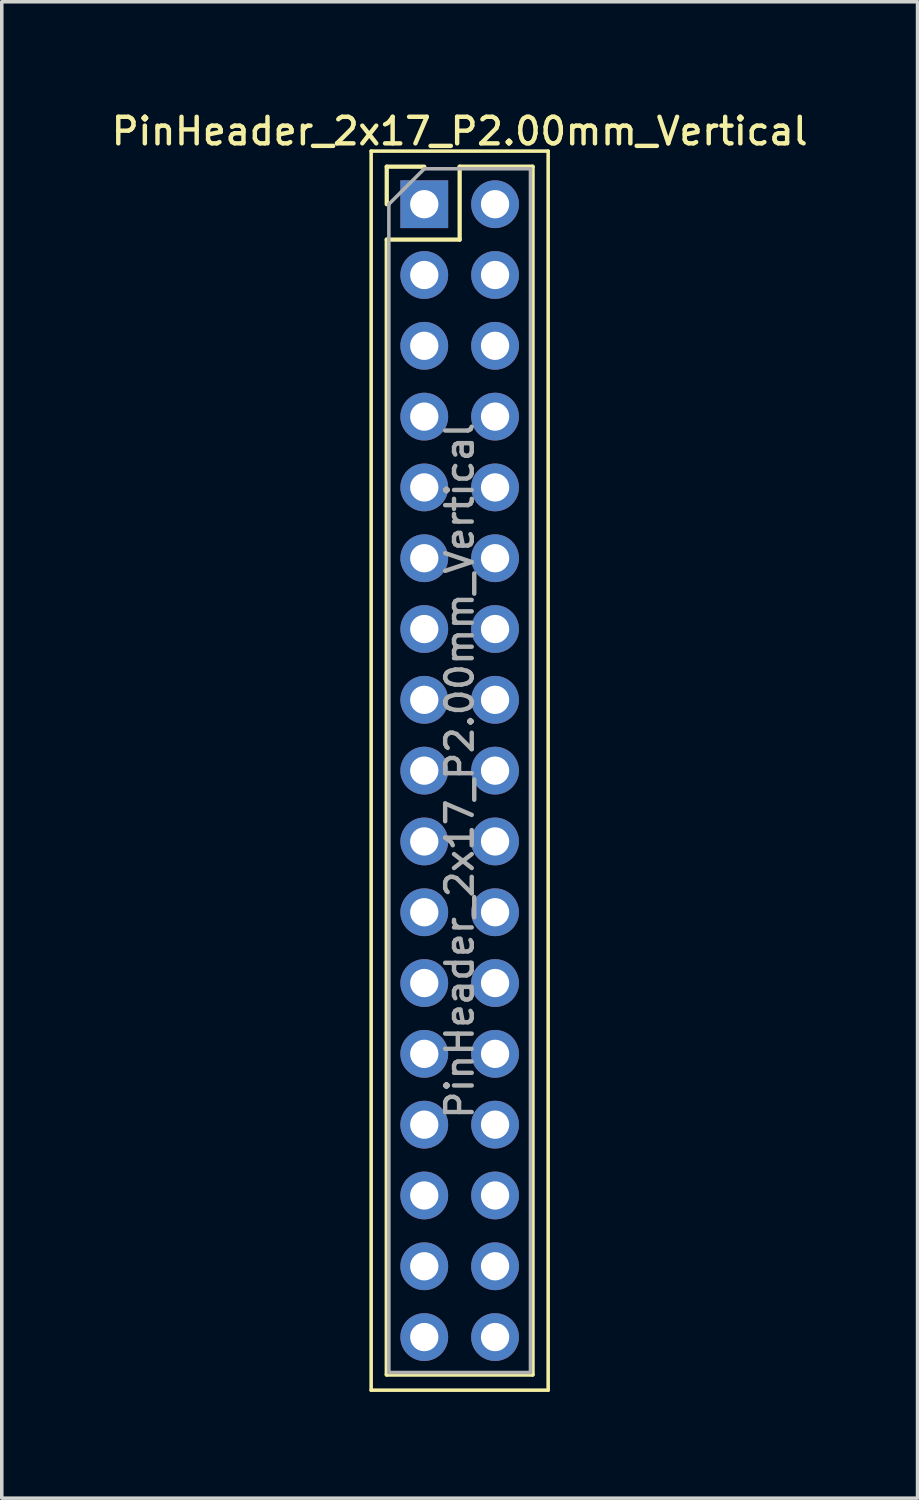
<source format=kicad_pcb>
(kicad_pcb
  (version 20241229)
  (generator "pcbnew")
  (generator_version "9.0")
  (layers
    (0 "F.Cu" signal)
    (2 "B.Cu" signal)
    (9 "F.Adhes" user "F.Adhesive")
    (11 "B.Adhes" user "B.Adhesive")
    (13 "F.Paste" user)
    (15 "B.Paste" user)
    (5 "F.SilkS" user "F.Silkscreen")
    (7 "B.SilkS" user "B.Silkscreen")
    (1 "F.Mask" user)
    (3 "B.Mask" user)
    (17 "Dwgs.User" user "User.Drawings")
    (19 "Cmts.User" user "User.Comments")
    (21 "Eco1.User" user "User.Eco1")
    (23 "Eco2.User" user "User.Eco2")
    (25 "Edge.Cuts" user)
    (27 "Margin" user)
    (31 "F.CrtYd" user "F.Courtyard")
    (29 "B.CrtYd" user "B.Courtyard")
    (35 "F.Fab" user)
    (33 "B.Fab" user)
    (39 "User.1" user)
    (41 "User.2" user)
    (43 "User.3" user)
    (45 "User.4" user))
  (footprint "PinHeader_2x17_P2.00mm_Vertical"
    (layer "F.Cu")
    (at 8.934 2.718)
    (property "Reference" "PinHeader_2x17_P2.00mm_Vertical" (at 1 -2.06 0) (layer "F.SilkS") (effects (font (size 0.75 0.75) (thickness 0.125))))
    (attr through_hole)
    (fp_line (start -1.5 -1.5) (end -1.5 33.5) (stroke (width 0.1) (type solid)) (layer "F.SilkS"))
    (fp_line (start -1.5 33.5) (end 3.5 33.5) (stroke (width 0.1) (type solid)) (layer "F.SilkS"))
    (fp_line (start -1.06 -1.06) (end 0 -1.06) (stroke (width 0.12) (type solid)) (layer "F.SilkS"))
    (fp_line (start -1.06 0) (end -1.06 -1.06) (stroke (width 0.12) (type solid)) (layer "F.SilkS"))
    (fp_line (start -1.06 1) (end -1.06 33.06) (stroke (width 0.12) (type solid)) (layer "F.SilkS"))
    (fp_line (start -1.06 1) (end 1 1) (stroke (width 0.12) (type solid)) (layer "F.SilkS"))
    (fp_line (start -1.06 33.06) (end 3.06 33.06) (stroke (width 0.12) (type solid)) (layer "F.SilkS"))
    (fp_line (start 1 -1.06) (end 3.06 -1.06) (stroke (width 0.12) (type solid)) (layer "F.SilkS"))
    (fp_line (start 1 1) (end 1 -1.06) (stroke (width 0.12) (type solid)) (layer "F.SilkS"))
    (fp_line (start 3.06 -1.06) (end 3.06 33.06) (stroke (width 0.12) (type solid)) (layer "F.SilkS"))
    (fp_line (start 3.5 -1.5) (end -1.5 -1.5) (stroke (width 0.1) (type solid)) (layer "F.SilkS"))
    (fp_line (start 3.5 33.5) (end 3.5 -1.5) (stroke (width 0.1) (type solid)) (layer "F.SilkS"))
    (fp_line (start -1 0) (end 0 -1) (stroke (width 0.1) (type solid)) (layer "F.Fab"))
    (fp_line (start -1 33) (end -1 0) (stroke (width 0.1) (type solid)) (layer "F.Fab"))
    (fp_line (start 0 -1) (end 3 -1) (stroke (width 0.1) (type solid)) (layer "F.Fab"))
    (fp_line (start 3 -1) (end 3 33) (stroke (width 0.1) (type solid)) (layer "F.Fab"))
    (fp_line (start 3 33) (end -1 33) (stroke (width 0.1) (type solid)) (layer "F.Fab"))
    (fp_text user "${REFERENCE}" (at 1 16 90) (layer "F.Fab") (effects (font (size 0.75 0.75) (thickness 0.125))))
    (pad "1" thru_hole rect (at 0 0) (size 1.35 1.35) (drill 0.8) (layers "*.Cu" "*.Mask"))
    (pad "2" thru_hole oval (at 2 0) (size 1.35 1.35) (drill 0.8) (layers "*.Cu" "*.Mask"))
    (pad "3" thru_hole oval (at 0 2) (size 1.35 1.35) (drill 0.8) (layers "*.Cu" "*.Mask"))
    (pad "4" thru_hole oval (at 2 2) (size 1.35 1.35) (drill 0.8) (layers "*.Cu" "*.Mask"))
    (pad "5" thru_hole oval (at 0 4) (size 1.35 1.35) (drill 0.8) (layers "*.Cu" "*.Mask"))
    (pad "6" thru_hole oval (at 2 4) (size 1.35 1.35) (drill 0.8) (layers "*.Cu" "*.Mask"))
    (pad "7" thru_hole oval (at 0 6) (size 1.35 1.35) (drill 0.8) (layers "*.Cu" "*.Mask"))
    (pad "8" thru_hole oval (at 2 6) (size 1.35 1.35) (drill 0.8) (layers "*.Cu" "*.Mask"))
    (pad "9" thru_hole oval (at 0 8) (size 1.35 1.35) (drill 0.8) (layers "*.Cu" "*.Mask"))
    (pad "10" thru_hole oval (at 2 8) (size 1.35 1.35) (drill 0.8) (layers "*.Cu" "*.Mask"))
    (pad "11" thru_hole oval (at 0 10) (size 1.35 1.35) (drill 0.8) (layers "*.Cu" "*.Mask"))
    (pad "12" thru_hole oval (at 2 10) (size 1.35 1.35) (drill 0.8) (layers "*.Cu" "*.Mask"))
    (pad "13" thru_hole oval (at 0 12) (size 1.35 1.35) (drill 0.8) (layers "*.Cu" "*.Mask"))
    (pad "14" thru_hole oval (at 2 12) (size 1.35 1.35) (drill 0.8) (layers "*.Cu" "*.Mask"))
    (pad "15" thru_hole oval (at 0 14) (size 1.35 1.35) (drill 0.8) (layers "*.Cu" "*.Mask"))
    (pad "16" thru_hole oval (at 2 14) (size 1.35 1.35) (drill 0.8) (layers "*.Cu" "*.Mask"))
    (pad "17" thru_hole oval (at 0 16) (size 1.35 1.35) (drill 0.8) (layers "*.Cu" "*.Mask"))
    (pad "18" thru_hole oval (at 2 16) (size 1.35 1.35) (drill 0.8) (layers "*.Cu" "*.Mask"))
    (pad "19" thru_hole oval (at 0 18) (size 1.35 1.35) (drill 0.8) (layers "*.Cu" "*.Mask"))
    (pad "20" thru_hole oval (at 2 18) (size 1.35 1.35) (drill 0.8) (layers "*.Cu" "*.Mask"))
    (pad "21" thru_hole oval (at 0 20) (size 1.35 1.35) (drill 0.8) (layers "*.Cu" "*.Mask"))
    (pad "22" thru_hole oval (at 2 20) (size 1.35 1.35) (drill 0.8) (layers "*.Cu" "*.Mask"))
    (pad "23" thru_hole oval (at 0 22) (size 1.35 1.35) (drill 0.8) (layers "*.Cu" "*.Mask"))
    (pad "24" thru_hole oval (at 2 22) (size 1.35 1.35) (drill 0.8) (layers "*.Cu" "*.Mask"))
    (pad "25" thru_hole oval (at 0 24) (size 1.35 1.35) (drill 0.8) (layers "*.Cu" "*.Mask"))
    (pad "26" thru_hole oval (at 2 24) (size 1.35 1.35) (drill 0.8) (layers "*.Cu" "*.Mask"))
    (pad "27" thru_hole oval (at 0 26) (size 1.35 1.35) (drill 0.8) (layers "*.Cu" "*.Mask"))
    (pad "28" thru_hole oval (at 2 26) (size 1.35 1.35) (drill 0.8) (layers "*.Cu" "*.Mask"))
    (pad "29" thru_hole oval (at 0 28) (size 1.35 1.35) (drill 0.8) (layers "*.Cu" "*.Mask"))
    (pad "30" thru_hole oval (at 2 28) (size 1.35 1.35) (drill 0.8) (layers "*.Cu" "*.Mask"))
    (pad "31" thru_hole oval (at 0 30) (size 1.35 1.35) (drill 0.8) (layers "*.Cu" "*.Mask"))
    (pad "32" thru_hole oval (at 2 30) (size 1.35 1.35) (drill 0.8) (layers "*.Cu" "*.Mask"))
    (pad "33" thru_hole oval (at 0 32) (size 1.35 1.35) (drill 0.8) (layers "*.Cu" "*.Mask"))
    (pad "34" thru_hole oval (at 2 32) (size 1.35 1.35) (drill 0.8) (layers "*.Cu" "*.Mask")))
  (gr_rect
    (start -3 -3)
    (end 22.868 39.268)
    (stroke (width 0.1) (type default))
    (fill no)
    (layer "Edge.Cuts")))
</source>
